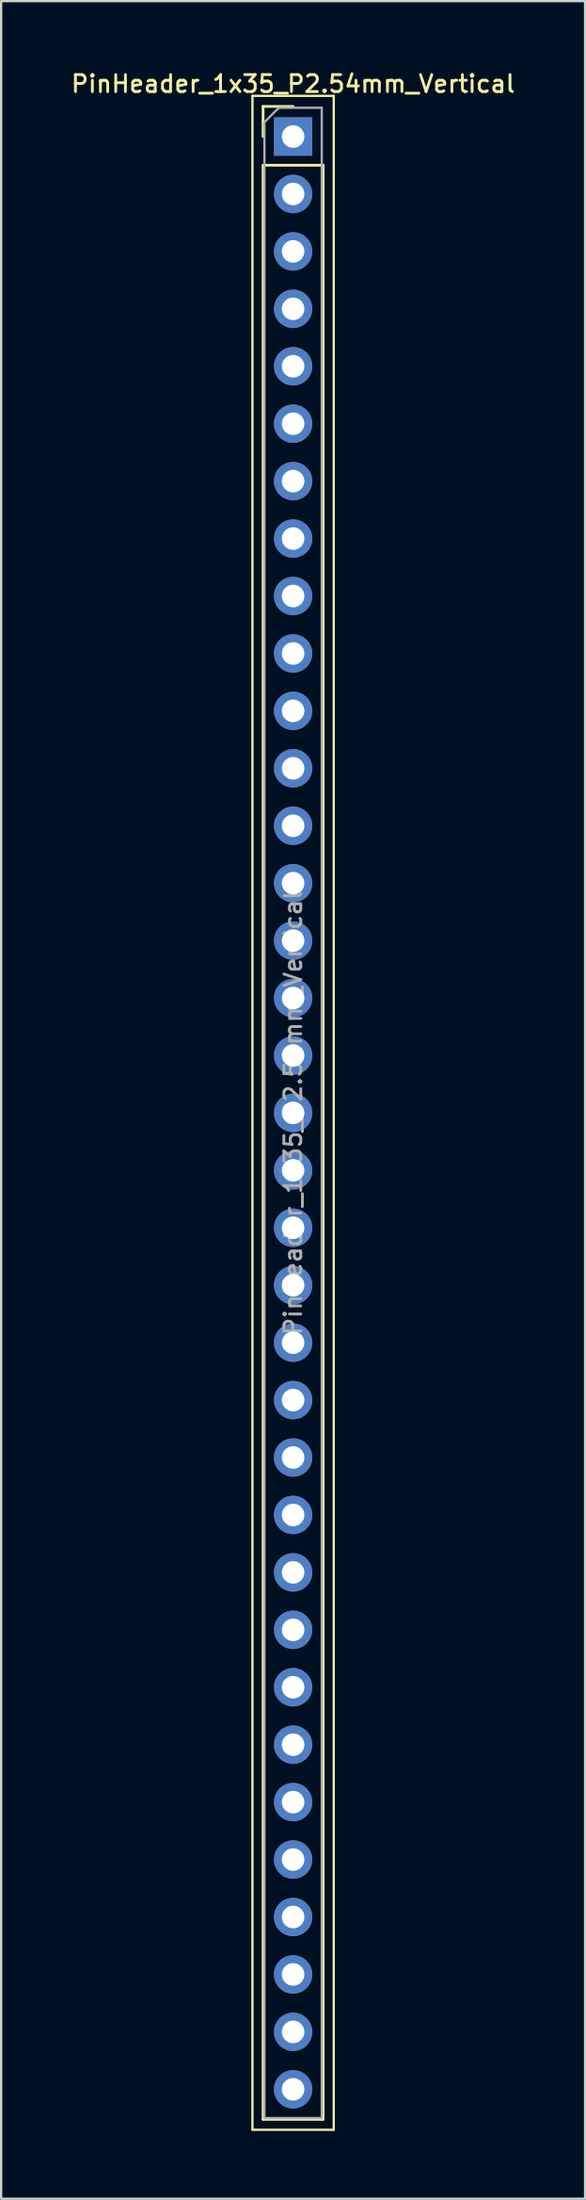
<source format=kicad_pcb>
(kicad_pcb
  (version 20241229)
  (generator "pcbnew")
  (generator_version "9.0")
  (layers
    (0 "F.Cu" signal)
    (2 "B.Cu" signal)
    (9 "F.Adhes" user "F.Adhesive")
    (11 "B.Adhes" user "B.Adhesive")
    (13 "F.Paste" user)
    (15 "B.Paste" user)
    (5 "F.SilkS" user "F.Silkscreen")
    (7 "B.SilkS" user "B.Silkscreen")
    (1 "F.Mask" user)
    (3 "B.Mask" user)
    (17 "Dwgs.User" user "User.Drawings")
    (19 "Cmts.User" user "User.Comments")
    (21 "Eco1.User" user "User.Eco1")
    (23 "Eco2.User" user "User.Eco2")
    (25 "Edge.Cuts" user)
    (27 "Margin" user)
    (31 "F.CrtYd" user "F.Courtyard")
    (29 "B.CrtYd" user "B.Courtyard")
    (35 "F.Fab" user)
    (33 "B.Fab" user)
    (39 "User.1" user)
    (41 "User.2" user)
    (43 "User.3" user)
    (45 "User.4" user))
  (footprint "PinHeader_1x35_P2.54mm_Vertical"
    (layer "F.Cu")
    (at 9.934 2.988)
    (property "Reference" "PinHeader_1x35_P2.54mm_Vertical" (at 0 -2.33 0) (layer "F.SilkS") (effects (font (size 0.75 0.75) (thickness 0.125))))
    (attr through_hole)
    (fp_line (start -1.8 -1.8) (end -1.8 88.15) (stroke (width 0.1) (type solid)) (layer "F.SilkS"))
    (fp_line (start -1.8 88.15) (end 1.8 88.15) (stroke (width 0.1) (type solid)) (layer "F.SilkS"))
    (fp_line (start -1.33 -1.33) (end 0 -1.33) (stroke (width 0.12) (type solid)) (layer "F.SilkS"))
    (fp_line (start -1.33 0) (end -1.33 -1.33) (stroke (width 0.12) (type solid)) (layer "F.SilkS"))
    (fp_line (start -1.33 1.27) (end -1.33 87.69) (stroke (width 0.12) (type solid)) (layer "F.SilkS"))
    (fp_line (start -1.33 1.27) (end 1.33 1.27) (stroke (width 0.12) (type solid)) (layer "F.SilkS"))
    (fp_line (start -1.33 87.69) (end 1.33 87.69) (stroke (width 0.12) (type solid)) (layer "F.SilkS"))
    (fp_line (start 1.33 1.27) (end 1.33 87.69) (stroke (width 0.12) (type solid)) (layer "F.SilkS"))
    (fp_line (start 1.8 -1.8) (end -1.8 -1.8) (stroke (width 0.1) (type solid)) (layer "F.SilkS"))
    (fp_line (start 1.8 88.15) (end 1.8 -1.8) (stroke (width 0.1) (type solid)) (layer "F.SilkS"))
    (fp_line (start -1.27 -0.635) (end -0.635 -1.27) (stroke (width 0.1) (type solid)) (layer "F.Fab"))
    (fp_line (start -1.27 87.63) (end -1.27 -0.635) (stroke (width 0.1) (type solid)) (layer "F.Fab"))
    (fp_line (start -0.635 -1.27) (end 1.27 -1.27) (stroke (width 0.1) (type solid)) (layer "F.Fab"))
    (fp_line (start 1.27 -1.27) (end 1.27 87.63) (stroke (width 0.1) (type solid)) (layer "F.Fab"))
    (fp_line (start 1.27 87.63) (end -1.27 87.63) (stroke (width 0.1) (type solid)) (layer "F.Fab"))
    (fp_text user "${REFERENCE}" (at 0 43.18 90) (layer "F.Fab") (effects (font (size 0.75 0.75) (thickness 0.125))))
    (pad "1" thru_hole rect (at 0 0) (size 1.7 1.7) (drill 1) (layers "*.Cu" "*.Mask"))
    (pad "2" thru_hole oval (at 0 2.54) (size 1.7 1.7) (drill 1) (layers "*.Cu" "*.Mask"))
    (pad "3" thru_hole oval (at 0 5.08) (size 1.7 1.7) (drill 1) (layers "*.Cu" "*.Mask"))
    (pad "4" thru_hole oval (at 0 7.62) (size 1.7 1.7) (drill 1) (layers "*.Cu" "*.Mask"))
    (pad "5" thru_hole oval (at 0 10.16) (size 1.7 1.7) (drill 1) (layers "*.Cu" "*.Mask"))
    (pad "6" thru_hole oval (at 0 12.7) (size 1.7 1.7) (drill 1) (layers "*.Cu" "*.Mask"))
    (pad "7" thru_hole oval (at 0 15.24) (size 1.7 1.7) (drill 1) (layers "*.Cu" "*.Mask"))
    (pad "8" thru_hole oval (at 0 17.78) (size 1.7 1.7) (drill 1) (layers "*.Cu" "*.Mask"))
    (pad "9" thru_hole oval (at 0 20.32) (size 1.7 1.7) (drill 1) (layers "*.Cu" "*.Mask"))
    (pad "10" thru_hole oval (at 0 22.86) (size 1.7 1.7) (drill 1) (layers "*.Cu" "*.Mask"))
    (pad "11" thru_hole oval (at 0 25.4) (size 1.7 1.7) (drill 1) (layers "*.Cu" "*.Mask"))
    (pad "12" thru_hole oval (at 0 27.94) (size 1.7 1.7) (drill 1) (layers "*.Cu" "*.Mask"))
    (pad "13" thru_hole oval (at 0 30.48) (size 1.7 1.7) (drill 1) (layers "*.Cu" "*.Mask"))
    (pad "14" thru_hole oval (at 0 33.02) (size 1.7 1.7) (drill 1) (layers "*.Cu" "*.Mask"))
    (pad "15" thru_hole oval (at 0 35.56) (size 1.7 1.7) (drill 1) (layers "*.Cu" "*.Mask"))
    (pad "16" thru_hole oval (at 0 38.1) (size 1.7 1.7) (drill 1) (layers "*.Cu" "*.Mask"))
    (pad "17" thru_hole oval (at 0 40.64) (size 1.7 1.7) (drill 1) (layers "*.Cu" "*.Mask"))
    (pad "18" thru_hole oval (at 0 43.18) (size 1.7 1.7) (drill 1) (layers "*.Cu" "*.Mask"))
    (pad "19" thru_hole oval (at 0 45.72) (size 1.7 1.7) (drill 1) (layers "*.Cu" "*.Mask"))
    (pad "20" thru_hole oval (at 0 48.26) (size 1.7 1.7) (drill 1) (layers "*.Cu" "*.Mask"))
    (pad "21" thru_hole oval (at 0 50.8) (size 1.7 1.7) (drill 1) (layers "*.Cu" "*.Mask"))
    (pad "22" thru_hole oval (at 0 53.34) (size 1.7 1.7) (drill 1) (layers "*.Cu" "*.Mask"))
    (pad "23" thru_hole oval (at 0 55.88) (size 1.7 1.7) (drill 1) (layers "*.Cu" "*.Mask"))
    (pad "24" thru_hole oval (at 0 58.42) (size 1.7 1.7) (drill 1) (layers "*.Cu" "*.Mask"))
    (pad "25" thru_hole oval (at 0 60.96) (size 1.7 1.7) (drill 1) (layers "*.Cu" "*.Mask"))
    (pad "26" thru_hole oval (at 0 63.5) (size 1.7 1.7) (drill 1) (layers "*.Cu" "*.Mask"))
    (pad "27" thru_hole oval (at 0 66.04) (size 1.7 1.7) (drill 1) (layers "*.Cu" "*.Mask"))
    (pad "28" thru_hole oval (at 0 68.58) (size 1.7 1.7) (drill 1) (layers "*.Cu" "*.Mask"))
    (pad "29" thru_hole oval (at 0 71.12) (size 1.7 1.7) (drill 1) (layers "*.Cu" "*.Mask"))
    (pad "30" thru_hole oval (at 0 73.66) (size 1.7 1.7) (drill 1) (layers "*.Cu" "*.Mask"))
    (pad "31" thru_hole oval (at 0 76.2) (size 1.7 1.7) (drill 1) (layers "*.Cu" "*.Mask"))
    (pad "32" thru_hole oval (at 0 78.74) (size 1.7 1.7) (drill 1) (layers "*.Cu" "*.Mask"))
    (pad "33" thru_hole oval (at 0 81.28) (size 1.7 1.7) (drill 1) (layers "*.Cu" "*.Mask"))
    (pad "34" thru_hole oval (at 0 83.82) (size 1.7 1.7) (drill 1) (layers "*.Cu" "*.Mask"))
    (pad "35" thru_hole oval (at 0 86.36) (size 1.7 1.7) (drill 1) (layers "*.Cu" "*.Mask")))
  (gr_rect
    (start -3 -3)
    (end 22.868 94.188)
    (stroke (width 0.1) (type default))
    (fill no)
    (layer "Edge.Cuts")))
</source>
